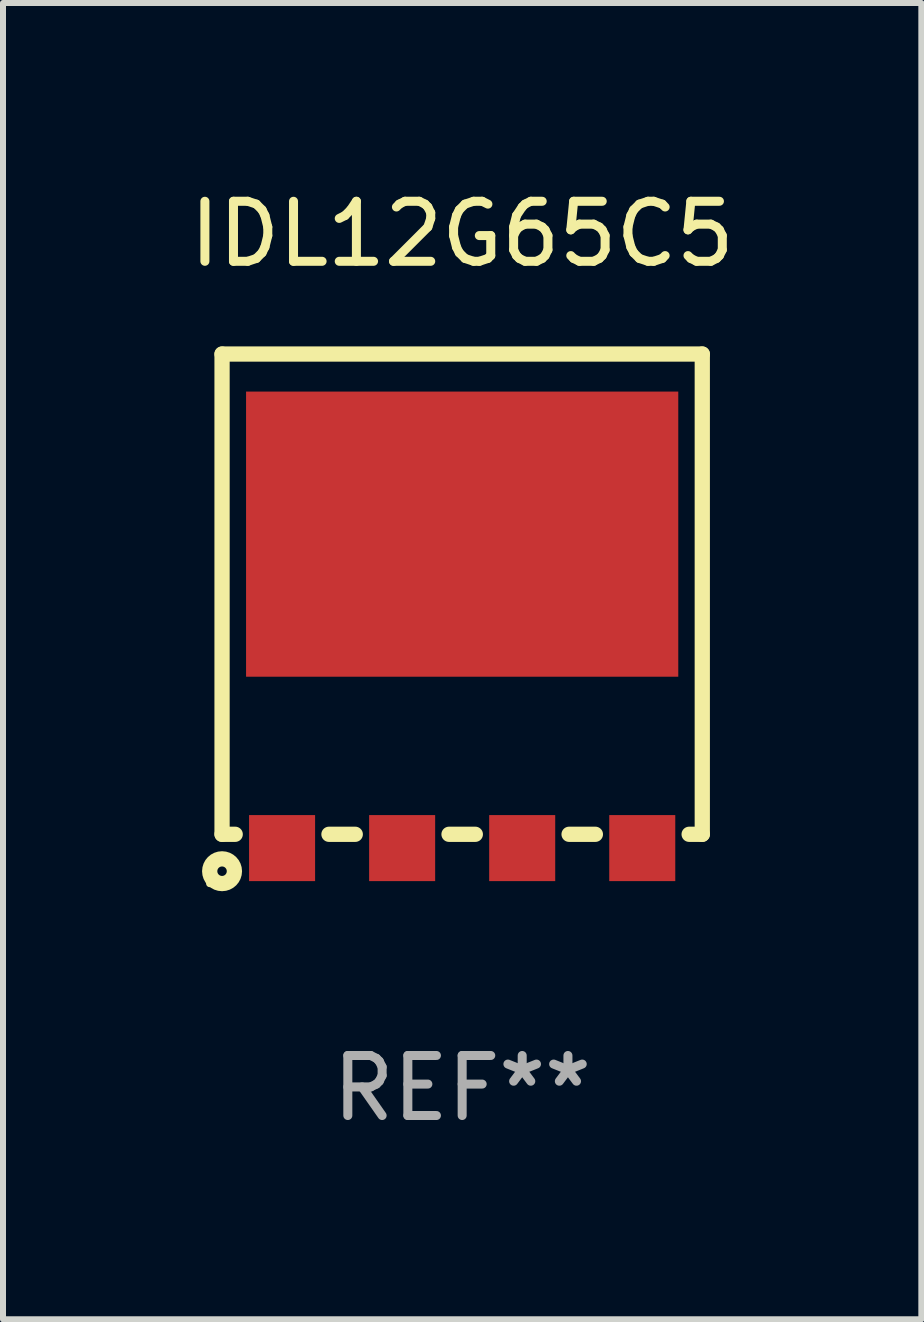
<source format=kicad_pcb>
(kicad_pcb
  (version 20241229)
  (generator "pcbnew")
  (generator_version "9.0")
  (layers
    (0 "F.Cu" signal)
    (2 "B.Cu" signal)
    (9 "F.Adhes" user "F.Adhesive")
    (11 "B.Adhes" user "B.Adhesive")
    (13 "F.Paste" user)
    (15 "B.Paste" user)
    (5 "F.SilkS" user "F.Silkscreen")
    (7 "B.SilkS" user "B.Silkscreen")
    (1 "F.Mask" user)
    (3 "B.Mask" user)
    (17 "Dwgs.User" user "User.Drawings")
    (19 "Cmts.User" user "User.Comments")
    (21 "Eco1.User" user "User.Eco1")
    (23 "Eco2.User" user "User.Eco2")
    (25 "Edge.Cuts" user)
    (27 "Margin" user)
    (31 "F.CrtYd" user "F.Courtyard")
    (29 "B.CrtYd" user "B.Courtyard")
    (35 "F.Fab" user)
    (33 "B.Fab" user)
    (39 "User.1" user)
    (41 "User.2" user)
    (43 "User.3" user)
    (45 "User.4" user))
  (footprint "IDL12G65C5"
    (layer "F.Cu")
    (at 4.649 6.963)
    (property "Reference" "IDL12G65C5" (at 0 -6.115 0) (layer "F.SilkS") (effects (font (size 1 1) (thickness 0.15))))
    (attr through_hole)
    (fp_line (start -4 -4.115) (end 4 -4.115) (stroke (width 0.254) (type solid)) (layer "F.SilkS"))
    (fp_line (start -4 3.885) (end -4 -4.115) (stroke (width 0.254) (type solid)) (layer "F.SilkS"))
    (fp_line (start -4 3.885) (end -3.781 3.885) (stroke (width 0.254) (type solid)) (layer "F.SilkS"))
    (fp_line (start -2.219 3.885) (end -1.781 3.885) (stroke (width 0.254) (type solid)) (layer "F.SilkS"))
    (fp_line (start -0.219 3.885) (end 0.219 3.885) (stroke (width 0.254) (type solid)) (layer "F.SilkS"))
    (fp_line (start 1.781 3.885) (end 2.219 3.885) (stroke (width 0.254) (type solid)) (layer "F.SilkS"))
    (fp_line (start 3.781 3.885) (end 4 3.885) (stroke (width 0.254) (type solid)) (layer "F.SilkS"))
    (fp_line (start 4 -4.115) (end 4 3.885) (stroke (width 0.254) (type solid)) (layer "F.SilkS"))
    (fp_circle (center -4.206 4.706) (end -4.176 4.706) (stroke (width 0.06) (type solid)) (fill no) (layer "F.SilkS"))
    (fp_circle (center -4 4.5) (end -3.921 4.5) (stroke (width 0.254) (type solid)) (fill no) (layer "F.SilkS"))
    (fp_text user "REF**" (at 0 8.115 0) (layer "F.Fab") (effects (font (size 1 1) (thickness 0.15))))
    (pad "1" smd rect (at -3 4.115) (size 1.1 1.1) (layers "F.Cu" "F.Mask" "F.Paste"))
    (pad "2" smd rect (at -1 4.115) (size 1.1 1.1) (layers "F.Cu" "F.Mask" "F.Paste"))
    (pad "3" smd rect (at 1 4.115) (size 1.1 1.1) (layers "F.Cu" "F.Mask" "F.Paste"))
    (pad "4" smd rect (at 3 4.115) (size 1.1 1.1) (layers "F.Cu" "F.Mask" "F.Paste"))
    (pad "5" smd rect (at 0 -1.115 90) (size 4.75 7.2) (layers "F.Cu" "F.Mask" "F.Paste")))
  (gr_rect
    (start -3 -3)
    (end 12.298 18.927)
    (stroke (width 0.1) (type default))
    (fill no)
    (layer "Edge.Cuts")))
</source>
